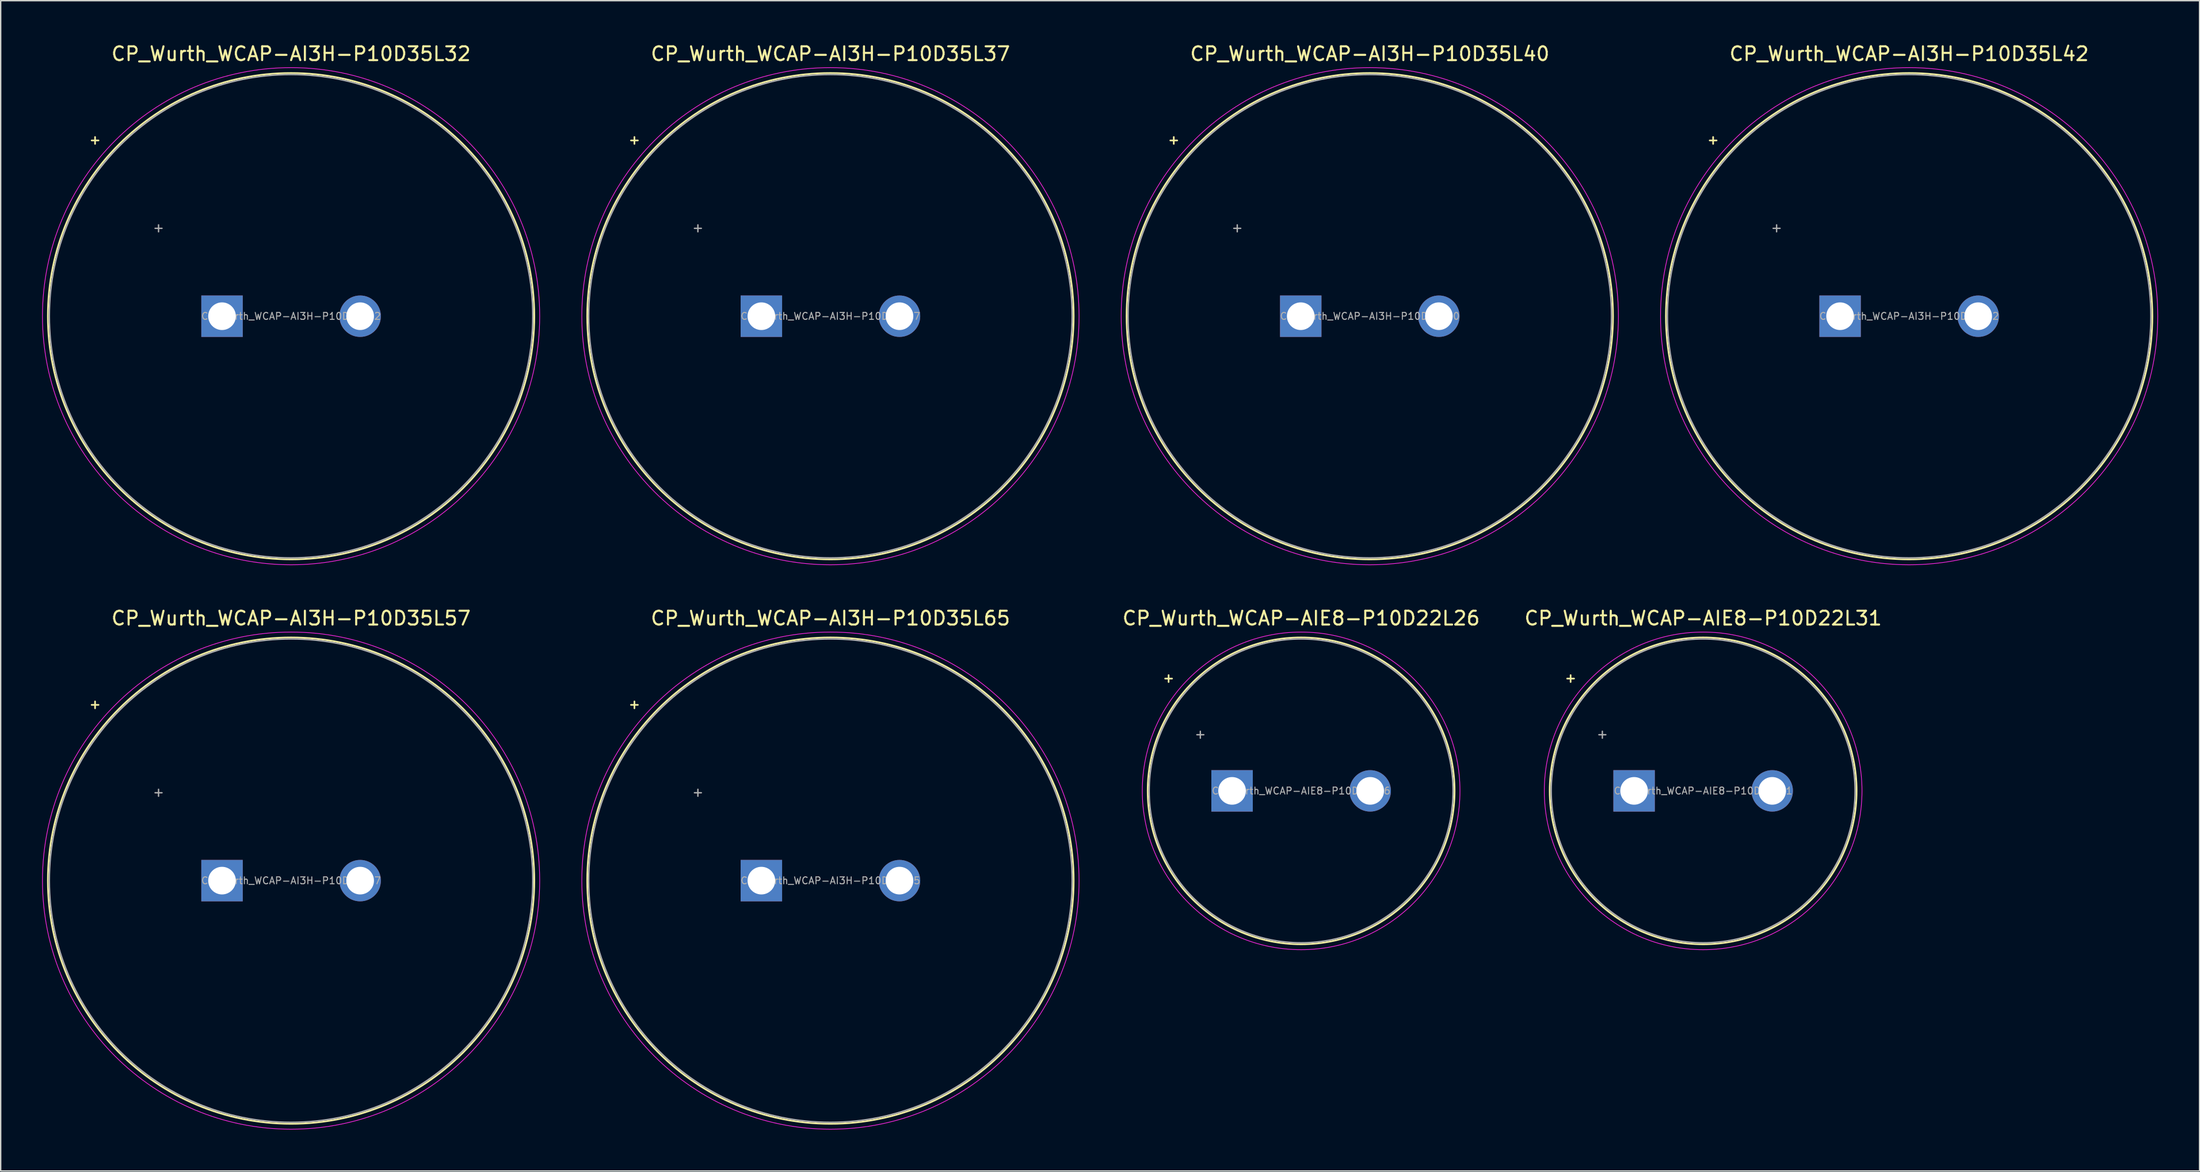
<source format=kicad_pcb>
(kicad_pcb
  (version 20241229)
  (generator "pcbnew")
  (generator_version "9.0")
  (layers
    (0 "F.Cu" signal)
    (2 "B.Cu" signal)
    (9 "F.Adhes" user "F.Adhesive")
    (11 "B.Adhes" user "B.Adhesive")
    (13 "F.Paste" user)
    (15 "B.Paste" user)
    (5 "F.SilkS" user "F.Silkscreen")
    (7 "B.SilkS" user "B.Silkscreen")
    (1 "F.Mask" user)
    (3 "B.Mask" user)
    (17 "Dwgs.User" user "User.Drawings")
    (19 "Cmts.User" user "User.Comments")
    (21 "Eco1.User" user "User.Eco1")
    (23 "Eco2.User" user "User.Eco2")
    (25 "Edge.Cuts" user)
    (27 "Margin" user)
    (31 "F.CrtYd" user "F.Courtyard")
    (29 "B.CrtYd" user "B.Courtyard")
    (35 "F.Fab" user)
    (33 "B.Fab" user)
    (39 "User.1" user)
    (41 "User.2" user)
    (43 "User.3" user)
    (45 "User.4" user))
  (footprint "CP_Wurth_WCAP-AI3H-P10D35L42"
    (layer "F.Cu")
    (at 130.175 19.848)
    (property "Reference" "CP_Wurth_WCAP-AI3H-P10D35L42" (at 5 -19 0) (unlocked yes) (layer "F.SilkS") (effects (font (size 1 1) (thickness 0.15))))
    (attr through_hole)
    (fp_line (start -9.442 -12.728) (end -8.942 -12.728) (stroke (width 0.12) (type solid)) (layer "F.SilkS"))
    (fp_line (start -9.192 -12.478) (end -9.192 -12.978) (stroke (width 0.12) (type solid)) (layer "F.SilkS"))
    (fp_circle (center 5 0) (end 22.61 0) (stroke (width 0.12) (type solid)) (fill no) (layer "F.SilkS"))
    (fp_circle (center 5 0) (end 23 0) (stroke (width 0.05) (type solid)) (fill no) (layer "F.CrtYd"))
    (fp_line (start -4.846 -6.364) (end -4.346 -6.364) (stroke (width 0.1) (type default)) (layer "F.Fab"))
    (fp_line (start -4.596 -6.114) (end -4.596 -6.614) (stroke (width 0.1) (type default)) (layer "F.Fab"))
    (fp_circle (center 5 0) (end 22.5 0) (stroke (width 0.1) (type solid)) (fill no) (layer "F.Fab"))
    (fp_text user "${REFERENCE}" (at 5 0 0) (unlocked yes) (layer "F.Fab") (effects (font (size 0.5 0.5) (thickness 0.075))))
    (pad "1" thru_hole rect (at 0 0) (size 3 3) (drill 2) (layers "*.Cu" "*.Mask"))
    (pad "2" thru_hole circle (at 10 0) (size 3 3) (drill 2) (layers "*.Cu" "*.Mask")))
  (footprint "CP_Wurth_WCAP-AIE8-P10D22L31"
    (layer "F.Cu")
    (at 115.261 54.221)
    (property "Reference" "CP_Wurth_WCAP-AIE8-P10D22L31" (at 5 -12.5 0) (unlocked yes) (layer "F.SilkS") (effects (font (size 1 1) (thickness 0.15))))
    (attr through_hole)
    (fp_line (start -4.846 -8.132) (end -4.346 -8.132) (stroke (width 0.12) (type solid)) (layer "F.SilkS"))
    (fp_line (start -4.596 -7.882) (end -4.596 -8.382) (stroke (width 0.12) (type solid)) (layer "F.SilkS"))
    (fp_circle (center 5 0) (end 16.11 0) (stroke (width 0.12) (type solid)) (fill no) (layer "F.SilkS"))
    (fp_circle (center 5 0) (end 16.5 0) (stroke (width 0.05) (type solid)) (fill no) (layer "F.CrtYd"))
    (fp_line (start -2.548 -4.066) (end -2.048 -4.066) (stroke (width 0.1) (type default)) (layer "F.Fab"))
    (fp_line (start -2.298 -3.816) (end -2.298 -4.316) (stroke (width 0.1) (type default)) (layer "F.Fab"))
    (fp_circle (center 5 0) (end 16 0) (stroke (width 0.1) (type solid)) (fill no) (layer "F.Fab"))
    (fp_text user "${REFERENCE}" (at 5 0 0) (unlocked yes) (layer "F.Fab") (effects (font (size 0.5 0.5) (thickness 0.075))))
    (pad "1" thru_hole rect (at 0 0) (size 3 3) (drill 2) (layers "*.Cu" "*.Mask"))
    (pad "2" thru_hole circle (at 10 0) (size 3 3) (drill 2) (layers "*.Cu" "*.Mask")))
  (footprint "CP_Wurth_WCAP-AI3H-P10D35L37"
    (layer "F.Cu")
    (at 52.075 19.848)
    (property "Reference" "CP_Wurth_WCAP-AI3H-P10D35L37" (at 5 -19 0) (unlocked yes) (layer "F.SilkS") (effects (font (size 1 1) (thickness 0.15))))
    (attr through_hole)
    (fp_line (start -9.442 -12.728) (end -8.942 -12.728) (stroke (width 0.12) (type solid)) (layer "F.SilkS"))
    (fp_line (start -9.192 -12.478) (end -9.192 -12.978) (stroke (width 0.12) (type solid)) (layer "F.SilkS"))
    (fp_circle (center 5 0) (end 22.61 0) (stroke (width 0.12) (type solid)) (fill no) (layer "F.SilkS"))
    (fp_circle (center 5 0) (end 23 0) (stroke (width 0.05) (type solid)) (fill no) (layer "F.CrtYd"))
    (fp_line (start -4.846 -6.364) (end -4.346 -6.364) (stroke (width 0.1) (type default)) (layer "F.Fab"))
    (fp_line (start -4.596 -6.114) (end -4.596 -6.614) (stroke (width 0.1) (type default)) (layer "F.Fab"))
    (fp_circle (center 5 0) (end 22.5 0) (stroke (width 0.1) (type solid)) (fill no) (layer "F.Fab"))
    (fp_text user "${REFERENCE}" (at 5 0 0) (unlocked yes) (layer "F.Fab") (effects (font (size 0.5 0.5) (thickness 0.075))))
    (pad "1" thru_hole rect (at 0 0) (size 3 3) (drill 2) (layers "*.Cu" "*.Mask"))
    (pad "2" thru_hole circle (at 10 0) (size 3 3) (drill 2) (layers "*.Cu" "*.Mask")))
  (footprint "CP_Wurth_WCAP-AI3H-P10D35L57"
    (layer "F.Cu")
    (at 13.025 60.721)
    (property "Reference" "CP_Wurth_WCAP-AI3H-P10D35L57" (at 5 -19 0) (unlocked yes) (layer "F.SilkS") (effects (font (size 1 1) (thickness 0.15))))
    (attr through_hole)
    (fp_line (start -9.442 -12.728) (end -8.942 -12.728) (stroke (width 0.12) (type solid)) (layer "F.SilkS"))
    (fp_line (start -9.192 -12.478) (end -9.192 -12.978) (stroke (width 0.12) (type solid)) (layer "F.SilkS"))
    (fp_circle (center 5 0) (end 22.61 0) (stroke (width 0.12) (type solid)) (fill no) (layer "F.SilkS"))
    (fp_circle (center 5 0) (end 23 0) (stroke (width 0.05) (type solid)) (fill no) (layer "F.CrtYd"))
    (fp_line (start -4.846 -6.364) (end -4.346 -6.364) (stroke (width 0.1) (type default)) (layer "F.Fab"))
    (fp_line (start -4.596 -6.114) (end -4.596 -6.614) (stroke (width 0.1) (type default)) (layer "F.Fab"))
    (fp_circle (center 5 0) (end 22.5 0) (stroke (width 0.1) (type solid)) (fill no) (layer "F.Fab"))
    (fp_text user "${REFERENCE}" (at 5 0 0) (unlocked yes) (layer "F.Fab") (effects (font (size 0.5 0.5) (thickness 0.075))))
    (pad "1" thru_hole rect (at 0 0) (size 3 3) (drill 2) (layers "*.Cu" "*.Mask"))
    (pad "2" thru_hole circle (at 10 0) (size 3 3) (drill 2) (layers "*.Cu" "*.Mask")))
  (footprint "CP_Wurth_WCAP-AI3H-P10D35L32"
    (layer "F.Cu")
    (at 13.025 19.848)
    (property "Reference" "CP_Wurth_WCAP-AI3H-P10D35L32" (at 5 -19 0) (unlocked yes) (layer "F.SilkS") (effects (font (size 1 1) (thickness 0.15))))
    (attr through_hole)
    (fp_line (start -9.442 -12.728) (end -8.942 -12.728) (stroke (width 0.12) (type solid)) (layer "F.SilkS"))
    (fp_line (start -9.192 -12.478) (end -9.192 -12.978) (stroke (width 0.12) (type solid)) (layer "F.SilkS"))
    (fp_circle (center 5 0) (end 22.61 0) (stroke (width 0.12) (type solid)) (fill no) (layer "F.SilkS"))
    (fp_circle (center 5 0) (end 23 0) (stroke (width 0.05) (type solid)) (fill no) (layer "F.CrtYd"))
    (fp_line (start -4.846 -6.364) (end -4.346 -6.364) (stroke (width 0.1) (type default)) (layer "F.Fab"))
    (fp_line (start -4.596 -6.114) (end -4.596 -6.614) (stroke (width 0.1) (type default)) (layer "F.Fab"))
    (fp_circle (center 5 0) (end 22.5 0) (stroke (width 0.1) (type solid)) (fill no) (layer "F.Fab"))
    (fp_text user "${REFERENCE}" (at 5 0 0) (unlocked yes) (layer "F.Fab") (effects (font (size 0.5 0.5) (thickness 0.075))))
    (pad "1" thru_hole rect (at 0 0) (size 3 3) (drill 2) (layers "*.Cu" "*.Mask"))
    (pad "2" thru_hole circle (at 10 0) (size 3 3) (drill 2) (layers "*.Cu" "*.Mask")))
  (footprint "CP_Wurth_WCAP-AIE8-P10D22L26"
    (layer "F.Cu")
    (at 86.154 54.221)
    (property "Reference" "CP_Wurth_WCAP-AIE8-P10D22L26" (at 5 -12.5 0) (unlocked yes) (layer "F.SilkS") (effects (font (size 1 1) (thickness 0.15))))
    (attr through_hole)
    (fp_line (start -4.846 -8.132) (end -4.346 -8.132) (stroke (width 0.12) (type solid)) (layer "F.SilkS"))
    (fp_line (start -4.596 -7.882) (end -4.596 -8.382) (stroke (width 0.12) (type solid)) (layer "F.SilkS"))
    (fp_circle (center 5 0) (end 16.11 0) (stroke (width 0.12) (type solid)) (fill no) (layer "F.SilkS"))
    (fp_circle (center 5 0) (end 16.5 0) (stroke (width 0.05) (type solid)) (fill no) (layer "F.CrtYd"))
    (fp_line (start -2.548 -4.066) (end -2.048 -4.066) (stroke (width 0.1) (type default)) (layer "F.Fab"))
    (fp_line (start -2.298 -3.816) (end -2.298 -4.316) (stroke (width 0.1) (type default)) (layer "F.Fab"))
    (fp_circle (center 5 0) (end 16 0) (stroke (width 0.1) (type solid)) (fill no) (layer "F.Fab"))
    (fp_text user "${REFERENCE}" (at 5 0 0) (unlocked yes) (layer "F.Fab") (effects (font (size 0.5 0.5) (thickness 0.075))))
    (pad "1" thru_hole rect (at 0 0) (size 3 3) (drill 2) (layers "*.Cu" "*.Mask"))
    (pad "2" thru_hole circle (at 10 0) (size 3 3) (drill 2) (layers "*.Cu" "*.Mask")))
  (footprint "CP_Wurth_WCAP-AI3H-P10D35L65"
    (layer "F.Cu")
    (at 52.075 60.721)
    (property "Reference" "CP_Wurth_WCAP-AI3H-P10D35L65" (at 5 -19 0) (unlocked yes) (layer "F.SilkS") (effects (font (size 1 1) (thickness 0.15))))
    (attr through_hole)
    (fp_line (start -9.442 -12.728) (end -8.942 -12.728) (stroke (width 0.12) (type solid)) (layer "F.SilkS"))
    (fp_line (start -9.192 -12.478) (end -9.192 -12.978) (stroke (width 0.12) (type solid)) (layer "F.SilkS"))
    (fp_circle (center 5 0) (end 22.61 0) (stroke (width 0.12) (type solid)) (fill no) (layer "F.SilkS"))
    (fp_circle (center 5 0) (end 23 0) (stroke (width 0.05) (type solid)) (fill no) (layer "F.CrtYd"))
    (fp_line (start -4.846 -6.364) (end -4.346 -6.364) (stroke (width 0.1) (type default)) (layer "F.Fab"))
    (fp_line (start -4.596 -6.114) (end -4.596 -6.614) (stroke (width 0.1) (type default)) (layer "F.Fab"))
    (fp_circle (center 5 0) (end 22.5 0) (stroke (width 0.1) (type solid)) (fill no) (layer "F.Fab"))
    (fp_text user "${REFERENCE}" (at 5 0 0) (unlocked yes) (layer "F.Fab") (effects (font (size 0.5 0.5) (thickness 0.075))))
    (pad "1" thru_hole rect (at 0 0) (size 3 3) (drill 2) (layers "*.Cu" "*.Mask"))
    (pad "2" thru_hole circle (at 10 0) (size 3 3) (drill 2) (layers "*.Cu" "*.Mask")))
  (footprint "CP_Wurth_WCAP-AI3H-P10D35L40"
    (layer "F.Cu")
    (at 91.125 19.848)
    (property "Reference" "CP_Wurth_WCAP-AI3H-P10D35L40" (at 5 -19 0) (unlocked yes) (layer "F.SilkS") (effects (font (size 1 1) (thickness 0.15))))
    (attr through_hole)
    (fp_line (start -9.442 -12.728) (end -8.942 -12.728) (stroke (width 0.12) (type solid)) (layer "F.SilkS"))
    (fp_line (start -9.192 -12.478) (end -9.192 -12.978) (stroke (width 0.12) (type solid)) (layer "F.SilkS"))
    (fp_circle (center 5 0) (end 22.61 0) (stroke (width 0.12) (type solid)) (fill no) (layer "F.SilkS"))
    (fp_circle (center 5 0) (end 23 0) (stroke (width 0.05) (type solid)) (fill no) (layer "F.CrtYd"))
    (fp_line (start -4.846 -6.364) (end -4.346 -6.364) (stroke (width 0.1) (type default)) (layer "F.Fab"))
    (fp_line (start -4.596 -6.114) (end -4.596 -6.614) (stroke (width 0.1) (type default)) (layer "F.Fab"))
    (fp_circle (center 5 0) (end 22.5 0) (stroke (width 0.1) (type solid)) (fill no) (layer "F.Fab"))
    (fp_text user "${REFERENCE}" (at 5 0 0) (unlocked yes) (layer "F.Fab") (effects (font (size 0.5 0.5) (thickness 0.075))))
    (pad "1" thru_hole rect (at 0 0) (size 3 3) (drill 2) (layers "*.Cu" "*.Mask"))
    (pad "2" thru_hole circle (at 10 0) (size 3 3) (drill 2) (layers "*.Cu" "*.Mask")))
  (gr_rect
    (start -3 -3)
    (end 156.2 81.746)
    (stroke (width 0.1) (type default))
    (fill no)
    (layer "Edge.Cuts")))
</source>
